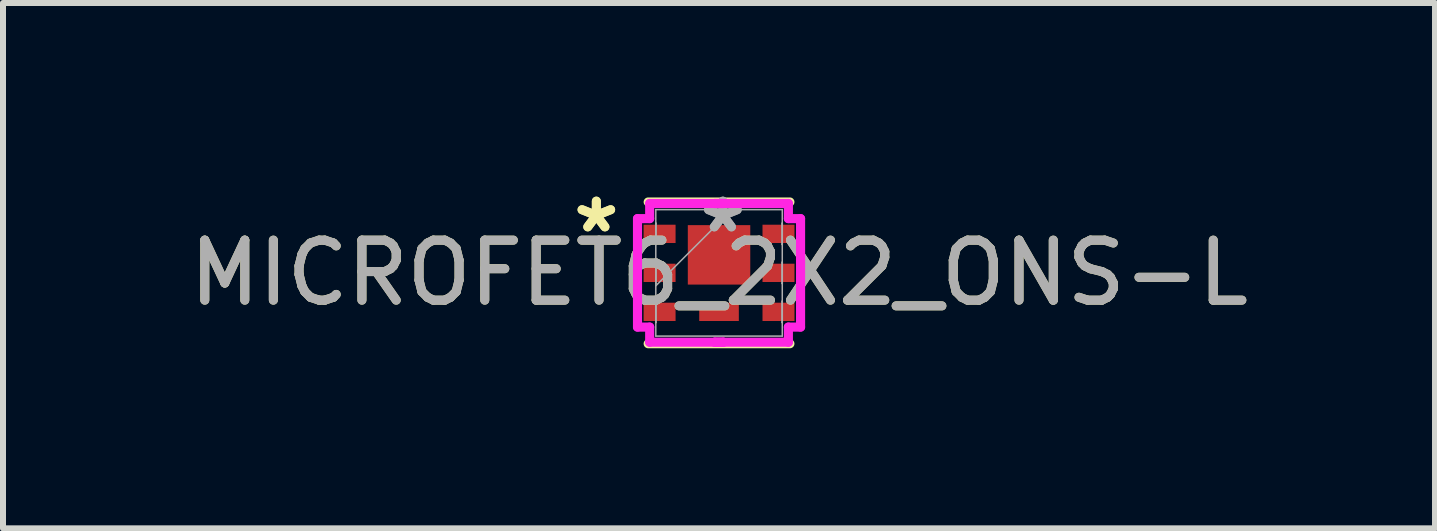
<source format=kicad_pcb>
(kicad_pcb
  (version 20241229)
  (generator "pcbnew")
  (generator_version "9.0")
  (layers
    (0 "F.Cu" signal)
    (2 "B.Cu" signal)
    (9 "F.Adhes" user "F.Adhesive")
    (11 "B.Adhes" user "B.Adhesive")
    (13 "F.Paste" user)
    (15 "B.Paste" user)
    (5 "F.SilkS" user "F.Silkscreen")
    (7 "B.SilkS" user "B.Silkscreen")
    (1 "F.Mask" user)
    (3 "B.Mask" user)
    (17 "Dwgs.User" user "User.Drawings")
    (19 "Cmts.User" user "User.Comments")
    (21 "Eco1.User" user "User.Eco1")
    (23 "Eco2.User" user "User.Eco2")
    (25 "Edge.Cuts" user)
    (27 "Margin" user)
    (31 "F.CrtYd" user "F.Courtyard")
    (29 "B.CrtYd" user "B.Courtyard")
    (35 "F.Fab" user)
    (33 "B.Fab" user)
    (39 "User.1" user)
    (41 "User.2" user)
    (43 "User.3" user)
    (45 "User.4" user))
  (footprint "MICROFET6_2X2_ONS-L"
    (layer "F.Cu")
    (at 8.935 1.498)
    (property "Reference" "MICROFET6_2X2_ONS-L" (at 0 0 0) (unlocked yes) (layer "F.SilkS") (effects (font (size 1 1) (thickness 0.15))))
    (attr smd)
    (fp_line (start -1.181 1.181) (end 1.181 1.181) (stroke (width 0.152) (type solid)) (layer "F.SilkS"))
    (fp_line (start 1.181 -1.181) (end -1.181 -1.181) (stroke (width 0.152) (type solid)) (layer "F.SilkS"))
    (fp_line (start -1.359 -0.904) (end -1.156 -0.904) (stroke (width 0.152) (type solid)) (layer "F.CrtYd"))
    (fp_line (start -1.359 0.904) (end -1.359 -0.904) (stroke (width 0.152) (type solid)) (layer "F.CrtYd"))
    (fp_line (start -1.156 -1.156) (end 0.071 -1.156) (stroke (width 0.152) (type solid)) (layer "F.CrtYd"))
    (fp_line (start -1.156 -0.904) (end -1.156 -1.156) (stroke (width 0.152) (type solid)) (layer "F.CrtYd"))
    (fp_line (start -1.156 0.904) (end -1.359 0.904) (stroke (width 0.152) (type solid)) (layer "F.CrtYd"))
    (fp_line (start -1.156 1.156) (end -1.156 0.904) (stroke (width 0.152) (type solid)) (layer "F.CrtYd"))
    (fp_line (start -0.071 -1.156) (end -0.071 -1.156) (stroke (width 0.152) (type solid)) (layer "F.CrtYd"))
    (fp_line (start -0.071 -1.156) (end 1.156 -1.156) (stroke (width 0.152) (type solid)) (layer "F.CrtYd"))
    (fp_line (start -0.071 1.156) (end -0.071 1.156) (stroke (width 0.152) (type solid)) (layer "F.CrtYd"))
    (fp_line (start -0.071 1.156) (end 0.071 1.156) (stroke (width 0.152) (type solid)) (layer "F.CrtYd"))
    (fp_line (start 0.071 -1.156) (end -0.071 -1.156) (stroke (width 0.152) (type solid)) (layer "F.CrtYd"))
    (fp_line (start 0.071 -1.156) (end 0.071 -1.156) (stroke (width 0.152) (type solid)) (layer "F.CrtYd"))
    (fp_line (start 0.071 1.156) (end -1.156 1.156) (stroke (width 0.152) (type solid)) (layer "F.CrtYd"))
    (fp_line (start 0.071 1.156) (end 0.071 1.156) (stroke (width 0.152) (type solid)) (layer "F.CrtYd"))
    (fp_line (start 1.156 -1.156) (end 1.156 -0.904) (stroke (width 0.152) (type solid)) (layer "F.CrtYd"))
    (fp_line (start 1.156 -0.904) (end 1.359 -0.904) (stroke (width 0.152) (type solid)) (layer "F.CrtYd"))
    (fp_line (start 1.156 0.904) (end 1.156 1.156) (stroke (width 0.152) (type solid)) (layer "F.CrtYd"))
    (fp_line (start 1.156 1.156) (end -0.071 1.156) (stroke (width 0.152) (type solid)) (layer "F.CrtYd"))
    (fp_line (start 1.359 -0.904) (end 1.359 0.904) (stroke (width 0.152) (type solid)) (layer "F.CrtYd"))
    (fp_line (start 1.359 0.904) (end 1.156 0.904) (stroke (width 0.152) (type solid)) (layer "F.CrtYd"))
    (fp_line (start -1.054 -1.054) (end -1.054 1.054) (stroke (width 0.025) (type solid)) (layer "F.Fab"))
    (fp_line (start -1.054 -0.828) (end -1.054 -0.828) (stroke (width 0.025) (type solid)) (layer "F.Fab"))
    (fp_line (start -1.054 -0.828) (end -1.054 -0.472) (stroke (width 0.025) (type solid)) (layer "F.Fab"))
    (fp_line (start -1.054 -0.472) (end -1.054 -0.828) (stroke (width 0.025) (type solid)) (layer "F.Fab"))
    (fp_line (start -1.054 -0.472) (end -1.054 -0.472) (stroke (width 0.025) (type solid)) (layer "F.Fab"))
    (fp_line (start -1.054 -0.178) (end -1.054 -0.178) (stroke (width 0.025) (type solid)) (layer "F.Fab"))
    (fp_line (start -1.054 -0.178) (end -1.054 0.178) (stroke (width 0.025) (type solid)) (layer "F.Fab"))
    (fp_line (start -1.054 0.178) (end -1.054 -0.178) (stroke (width 0.025) (type solid)) (layer "F.Fab"))
    (fp_line (start -1.054 0.178) (end -1.054 0.178) (stroke (width 0.025) (type solid)) (layer "F.Fab"))
    (fp_line (start -1.054 0.216) (end 0.216 -1.054) (stroke (width 0.025) (type solid)) (layer "F.Fab"))
    (fp_line (start -1.054 0.472) (end -1.054 0.472) (stroke (width 0.025) (type solid)) (layer "F.Fab"))
    (fp_line (start -1.054 0.472) (end -1.054 0.828) (stroke (width 0.025) (type solid)) (layer "F.Fab"))
    (fp_line (start -1.054 0.828) (end -1.054 0.472) (stroke (width 0.025) (type solid)) (layer "F.Fab"))
    (fp_line (start -1.054 0.828) (end -1.054 0.828) (stroke (width 0.025) (type solid)) (layer "F.Fab"))
    (fp_line (start -1.054 1.054) (end 1.054 1.054) (stroke (width 0.025) (type solid)) (layer "F.Fab"))
    (fp_line (start 1.054 -1.054) (end -1.054 -1.054) (stroke (width 0.025) (type solid)) (layer "F.Fab"))
    (fp_line (start 1.054 -0.828) (end 1.054 -0.828) (stroke (width 0.025) (type solid)) (layer "F.Fab"))
    (fp_line (start 1.054 -0.828) (end 1.054 -0.472) (stroke (width 0.025) (type solid)) (layer "F.Fab"))
    (fp_line (start 1.054 -0.472) (end 1.054 -0.828) (stroke (width 0.025) (type solid)) (layer "F.Fab"))
    (fp_line (start 1.054 -0.472) (end 1.054 -0.472) (stroke (width 0.025) (type solid)) (layer "F.Fab"))
    (fp_line (start 1.054 -0.178) (end 1.054 -0.178) (stroke (width 0.025) (type solid)) (layer "F.Fab"))
    (fp_line (start 1.054 -0.178) (end 1.054 0.178) (stroke (width 0.025) (type solid)) (layer "F.Fab"))
    (fp_line (start 1.054 0.178) (end 1.054 -0.178) (stroke (width 0.025) (type solid)) (layer "F.Fab"))
    (fp_line (start 1.054 0.178) (end 1.054 0.178) (stroke (width 0.025) (type solid)) (layer "F.Fab"))
    (fp_line (start 1.054 0.472) (end 1.054 0.472) (stroke (width 0.025) (type solid)) (layer "F.Fab"))
    (fp_line (start 1.054 0.472) (end 1.054 0.828) (stroke (width 0.025) (type solid)) (layer "F.Fab"))
    (fp_line (start 1.054 0.828) (end 1.054 0.472) (stroke (width 0.025) (type solid)) (layer "F.Fab"))
    (fp_line (start 1.054 0.828) (end 1.054 0.828) (stroke (width 0.025) (type solid)) (layer "F.Fab"))
    (fp_line (start 1.054 1.054) (end 1.054 -1.054) (stroke (width 0.025) (type solid)) (layer "F.Fab"))
    (fp_text user "*" (at -2.045 -0.65 0) (layer "F.SilkS") (effects (font (size 1 1) (thickness 0.15))))
    (fp_text user "*" (at -2.045 -0.65 0) (unlocked yes) (layer "F.SilkS") (effects (font (size 1 1) (thickness 0.15))))
    (fp_text user "*" (at 0.064 -0.65 0) (layer "F.Fab") (effects (font (size 1 1) (thickness 0.15))))
    (fp_text user "${REFERENCE}" (at 0 0 0) (unlocked yes) (layer "F.Fab") (effects (font (size 1 1) (thickness 0.15))))
    (fp_text user "*" (at 0.064 -0.65 0) (unlocked yes) (layer "F.Fab") (effects (font (size 1 1) (thickness 0.15))))
    (pad "1" smd rect (at -0.991 -0.65 90) (size 0.305 0.533) (layers "F.Cu" "F.Mask" "F.Paste"))
    (pad "2" smd rect (at -0.991 0 90) (size 0.305 0.533) (layers "F.Cu" "F.Mask" "F.Paste"))
    (pad "3" smd rect (at -0.991 0.65 90) (size 0.305 0.533) (layers "F.Cu" "F.Mask" "F.Paste"))
    (pad "4" smd rect (at 0.991 0.65 90) (size 0.305 0.533) (layers "F.Cu" "F.Mask" "F.Paste"))
    (pad "5" smd rect (at 0.991 0 90) (size 0.305 0.533) (layers "F.Cu" "F.Mask" "F.Paste"))
    (pad "6" smd rect (at 0.991 -0.65 90) (size 0.305 0.533) (layers "F.Cu" "F.Mask" "F.Paste"))
    (pad "7" smd rect (at 0 -0.3) (size 1.041 0.991) (layers "F.Cu" "F.Mask" "F.Paste"))
    (pad "8" smd rect (at 0 0.65) (size 0.66 0.305) (layers "F.Cu" "F.Mask" "F.Paste")))
  (gr_rect
    (start -3 -3)
    (end 20.869 5.756)
    (stroke (width 0.1) (type default))
    (fill no)
    (layer "Edge.Cuts")))
</source>
